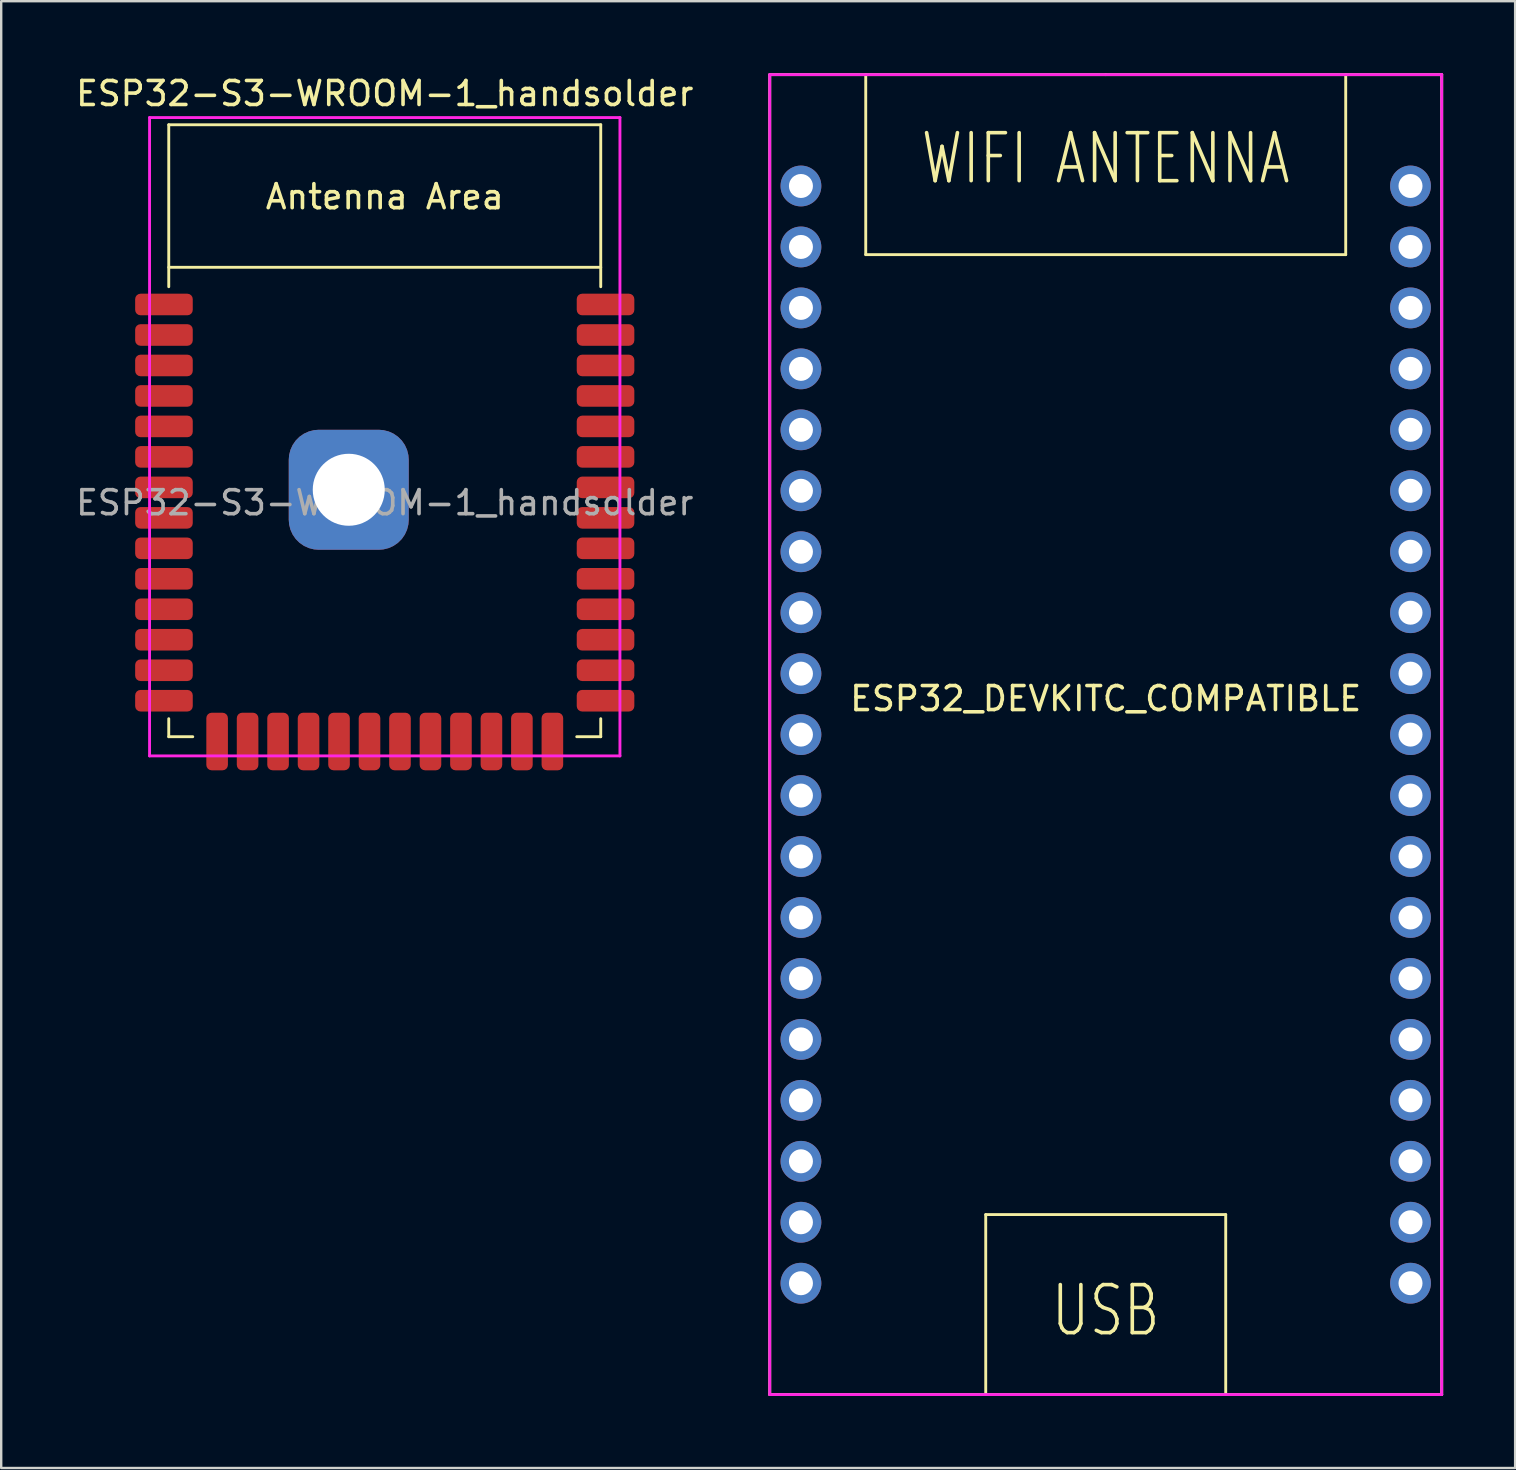
<source format=kicad_pcb>
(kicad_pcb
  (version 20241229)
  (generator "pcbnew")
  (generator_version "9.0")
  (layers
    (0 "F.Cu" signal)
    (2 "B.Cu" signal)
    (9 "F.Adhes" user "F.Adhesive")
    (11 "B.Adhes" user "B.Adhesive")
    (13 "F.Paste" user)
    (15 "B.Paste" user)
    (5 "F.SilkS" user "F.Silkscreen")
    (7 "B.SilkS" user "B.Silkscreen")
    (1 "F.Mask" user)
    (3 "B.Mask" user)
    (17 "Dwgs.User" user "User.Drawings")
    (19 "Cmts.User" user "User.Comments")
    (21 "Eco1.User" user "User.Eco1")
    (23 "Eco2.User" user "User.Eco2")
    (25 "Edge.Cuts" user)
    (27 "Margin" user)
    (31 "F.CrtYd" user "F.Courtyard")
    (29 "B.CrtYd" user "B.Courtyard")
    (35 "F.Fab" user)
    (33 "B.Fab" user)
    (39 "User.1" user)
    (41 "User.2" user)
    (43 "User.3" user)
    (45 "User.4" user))
  (footprint "ESP32-S3-WROOM-1_handsolder"
    (layer "F.Cu")
    (at 12.982 17.898)
    (property "Reference" "ESP32-S3-WROOM-1_handsolder" (at 0 -17.05 0) (layer "F.SilkS") (effects (font (size 1 1) (thickness 0.15))))
    (attr smd)
    (fp_line (start -9 -15.75) (end -9 -9) (stroke (width 0.12) (type solid)) (layer "F.SilkS"))
    (fp_line (start -9 -15.75) (end 9 -15.75) (stroke (width 0.12) (type solid)) (layer "F.SilkS"))
    (fp_line (start -9 9) (end -9 9.75) (stroke (width 0.12) (type solid)) (layer "F.SilkS"))
    (fp_line (start -9 9.75) (end -8 9.75) (stroke (width 0.12) (type solid)) (layer "F.SilkS"))
    (fp_line (start 9 -15.75) (end 9 -9) (stroke (width 0.12) (type solid)) (layer "F.SilkS"))
    (fp_line (start 9 -9.81) (end -9 -9.81) (stroke (width 0.12) (type solid)) (layer "F.SilkS"))
    (fp_line (start 9 9) (end 9 9.75) (stroke (width 0.12) (type solid)) (layer "F.SilkS"))
    (fp_line (start 9 9.75) (end 8 9.75) (stroke (width 0.12) (type solid)) (layer "F.SilkS"))
    (fp_line (start -9 -15.75) (end 9 -15.75) (stroke (width 0.12) (type solid)) (layer "Eco2.User"))
    (fp_line (start -9 -9.81) (end 9 -9.81) (stroke (width 0.12) (type solid)) (layer "Eco2.User"))
    (fp_line (start -9 9.75) (end -9 -15.75) (stroke (width 0.12) (type solid)) (layer "Eco2.User"))
    (fp_line (start 9 -15.75) (end 9 9.75) (stroke (width 0.12) (type solid)) (layer "Eco2.User"))
    (fp_line (start 9 9.75) (end -9 9.75) (stroke (width 0.12) (type solid)) (layer "Eco2.User"))
    (fp_line (start -9.8 -16.05) (end -9.8 10.55) (stroke (width 0.12) (type solid)) (layer "F.CrtYd"))
    (fp_line (start -9.8 10.55) (end 9.8 10.55) (stroke (width 0.12) (type solid)) (layer "F.CrtYd"))
    (fp_line (start 9.8 -16.05) (end -9.8 -16.05) (stroke (width 0.12) (type solid)) (layer "F.CrtYd"))
    (fp_line (start 9.8 -16.05) (end 9.8 10.55) (stroke (width 0.12) (type solid)) (layer "F.CrtYd"))
    (fp_text user "Antenna Area" (at 0 -12.75 0) (layer "F.SilkS") (effects (font (size 1 1) (thickness 0.15))))
    (fp_text user "Antenna Area" (at 0 -12.75 0) (layer "Eco2.User") (effects (font (size 1 1) (thickness 0.15))))
    (fp_text user "${REFERENCE}" (at 0 0 0) (layer "F.Fab") (effects (font (size 1 1) (thickness 0.15))))
    (pad "1" smd roundrect (at -9.2 -8.26) (size 2.4 0.9) (layers "F.Cu" "F.Mask" "F.Paste") (roundrect_rratio 0.25))
    (pad "2" smd roundrect (at -9.2 -6.99) (size 2.4 0.9) (layers "F.Cu" "F.Mask" "F.Paste") (roundrect_rratio 0.25))
    (pad "3" smd roundrect (at -9.2 -5.72) (size 2.4 0.9) (layers "F.Cu" "F.Mask" "F.Paste") (roundrect_rratio 0.25))
    (pad "4" smd roundrect (at -9.2 -4.45) (size 2.4 0.9) (layers "F.Cu" "F.Mask" "F.Paste") (roundrect_rratio 0.25))
    (pad "5" smd roundrect (at -9.2 -3.18) (size 2.4 0.9) (layers "F.Cu" "F.Mask" "F.Paste") (roundrect_rratio 0.25))
    (pad "6" smd roundrect (at -9.2 -1.91) (size 2.4 0.9) (layers "F.Cu" "F.Mask" "F.Paste") (roundrect_rratio 0.25))
    (pad "7" smd roundrect (at -9.2 -0.64) (size 2.4 0.9) (layers "F.Cu" "F.Mask" "F.Paste") (roundrect_rratio 0.25))
    (pad "8" smd roundrect (at -9.2 0.63) (size 2.4 0.9) (layers "F.Cu" "F.Mask" "F.Paste") (roundrect_rratio 0.25))
    (pad "9" smd roundrect (at -9.2 1.9) (size 2.4 0.9) (layers "F.Cu" "F.Mask" "F.Paste") (roundrect_rratio 0.25))
    (pad "10" smd roundrect (at -9.2 3.17) (size 2.4 0.9) (layers "F.Cu" "F.Mask" "F.Paste") (roundrect_rratio 0.25))
    (pad "11" smd roundrect (at -9.2 4.44) (size 2.4 0.9) (layers "F.Cu" "F.Mask" "F.Paste") (roundrect_rratio 0.25))
    (pad "12" smd roundrect (at -9.2 5.71) (size 2.4 0.9) (layers "F.Cu" "F.Mask" "F.Paste") (roundrect_rratio 0.25))
    (pad "13" smd roundrect (at -9.2 6.98) (size 2.4 0.9) (layers "F.Cu" "F.Mask" "F.Paste") (roundrect_rratio 0.25))
    (pad "14" smd roundrect (at -9.2 8.25) (size 2.4 0.9) (layers "F.Cu" "F.Mask" "F.Paste") (roundrect_rratio 0.25))
    (pad "15" smd roundrect (at -6.985 9.95 90) (size 2.4 0.9) (layers "F.Cu" "F.Mask" "F.Paste") (roundrect_rratio 0.25))
    (pad "16" smd roundrect (at -5.715 9.95 90) (size 2.4 0.9) (layers "F.Cu" "F.Mask" "F.Paste") (roundrect_rratio 0.25))
    (pad "17" smd roundrect (at -4.445 9.95 90) (size 2.4 0.9) (layers "F.Cu" "F.Mask" "F.Paste") (roundrect_rratio 0.25))
    (pad "18" smd roundrect (at -3.175 9.95 90) (size 2.4 0.9) (layers "F.Cu" "F.Mask" "F.Paste") (roundrect_rratio 0.25))
    (pad "19" smd roundrect (at -1.905 9.95 90) (size 2.4 0.9) (layers "F.Cu" "F.Mask" "F.Paste") (roundrect_rratio 0.25))
    (pad "20" smd roundrect (at -0.635 9.95 90) (size 2.4 0.9) (layers "F.Cu" "F.Mask" "F.Paste") (roundrect_rratio 0.25))
    (pad "21" smd roundrect (at 0.635 9.95 90) (size 2.4 0.9) (layers "F.Cu" "F.Mask" "F.Paste") (roundrect_rratio 0.25))
    (pad "22" smd roundrect (at 1.905 9.95 90) (size 2.4 0.9) (layers "F.Cu" "F.Mask" "F.Paste") (roundrect_rratio 0.25))
    (pad "23" smd roundrect (at 3.175 9.95 90) (size 2.4 0.9) (layers "F.Cu" "F.Mask" "F.Paste") (roundrect_rratio 0.25))
    (pad "24" smd roundrect (at 4.445 9.95 90) (size 2.4 0.9) (layers "F.Cu" "F.Mask" "F.Paste") (roundrect_rratio 0.25))
    (pad "25" smd roundrect (at 5.715 9.95 90) (size 2.4 0.9) (layers "F.Cu" "F.Mask" "F.Paste") (roundrect_rratio 0.25))
    (pad "26" smd roundrect (at 6.985 9.95 90) (size 2.4 0.9) (layers "F.Cu" "F.Mask" "F.Paste") (roundrect_rratio 0.25))
    (pad "27" smd roundrect (at 9.2 8.25) (size 2.4 0.9) (layers "F.Cu" "F.Mask" "F.Paste") (roundrect_rratio 0.25))
    (pad "28" smd roundrect (at 9.2 6.98) (size 2.4 0.9) (layers "F.Cu" "F.Mask" "F.Paste") (roundrect_rratio 0.25))
    (pad "29" smd roundrect (at 9.2 5.71) (size 2.4 0.9) (layers "F.Cu" "F.Mask" "F.Paste") (roundrect_rratio 0.25))
    (pad "30" smd roundrect (at 9.2 4.44) (size 2.4 0.9) (layers "F.Cu" "F.Mask" "F.Paste") (roundrect_rratio 0.25))
    (pad "31" smd roundrect (at 9.2 3.17) (size 2.4 0.9) (layers "F.Cu" "F.Mask" "F.Paste") (roundrect_rratio 0.25))
    (pad "32" smd roundrect (at 9.2 1.9) (size 2.4 0.9) (layers "F.Cu" "F.Mask" "F.Paste") (roundrect_rratio 0.25))
    (pad "33" smd roundrect (at 9.2 0.63) (size 2.4 0.9) (layers "F.Cu" "F.Mask" "F.Paste") (roundrect_rratio 0.25))
    (pad "34" smd roundrect (at 9.2 -0.64) (size 2.4 0.9) (layers "F.Cu" "F.Mask" "F.Paste") (roundrect_rratio 0.25))
    (pad "35" smd roundrect (at 9.2 -1.91) (size 2.4 0.9) (layers "F.Cu" "F.Mask" "F.Paste") (roundrect_rratio 0.25))
    (pad "36" smd roundrect (at 9.2 -3.18) (size 2.4 0.9) (layers "F.Cu" "F.Mask" "F.Paste") (roundrect_rratio 0.25))
    (pad "37" smd roundrect (at 9.2 -4.45) (size 2.4 0.9) (layers "F.Cu" "F.Mask" "F.Paste") (roundrect_rratio 0.25))
    (pad "38" smd roundrect (at 9.2 -5.72) (size 2.4 0.9) (layers "F.Cu" "F.Mask" "F.Paste") (roundrect_rratio 0.25))
    (pad "39" smd roundrect (at 9.2 -6.99) (size 2.4 0.9) (layers "F.Cu" "F.Mask" "F.Paste") (roundrect_rratio 0.25))
    (pad "40" smd roundrect (at 9.2 -8.26) (size 2.4 0.9) (layers "F.Cu" "F.Mask" "F.Paste") (roundrect_rratio 0.25))
    (pad "41" thru_hole roundrect (at -1.5 -0.54 180) (size 5 5) (drill 3) (layers "*.Cu" "*.Mask") (roundrect_rratio 0.25))
    (zone (net_name "") (layers "F.Cu" "B.Cu") (name "antenna keepout") (hatch edge 0.508) (connect_pads) (min_thickness 0.254) (filled_areas_thickness no) (keepout (tracks not_allowed) (vias not_allowed) (pads not_allowed) (copperpour not_allowed) (footprints not_allowed)) (placement (enabled no)) (fill) (polygon (pts (xy 21.982 8.098) (xy 3.982 8.098) (xy 3.982 2.148) (xy 21.982 2.148)))))
  (footprint "ESP32_DEVKITC_COMPATIBLE"
    (layer "F.Cu")
    (at 43.024 27.56)
    (property "Reference" "ESP32_DEVKITC_COMPATIBLE" (at 0 -1.5 0) (layer "F.SilkS") (effects (font (size 1 1) (thickness 0.15))))
    (attr through_hole)
    (fp_line (start -14 -27.5) (end 0 -27.5) (stroke (width 0.12) (type solid)) (layer "F.SilkS"))
    (fp_line (start -14 27.5) (end -14 -27.5) (stroke (width 0.12) (type solid)) (layer "F.SilkS"))
    (fp_line (start -10 -27.5) (end -10 -20) (stroke (width 0.12) (type solid)) (layer "F.SilkS"))
    (fp_line (start -10 -20) (end 10 -20) (stroke (width 0.12) (type solid)) (layer "F.SilkS"))
    (fp_line (start -5 20) (end 5 20) (stroke (width 0.12) (type solid)) (layer "F.SilkS"))
    (fp_line (start -5 27.5) (end -5 20) (stroke (width 0.12) (type solid)) (layer "F.SilkS"))
    (fp_line (start 0 -27.5) (end 14 -27.5) (stroke (width 0.12) (type solid)) (layer "F.SilkS"))
    (fp_line (start 5 20) (end 5 27.5) (stroke (width 0.12) (type solid)) (layer "F.SilkS"))
    (fp_line (start 10 -20) (end 10 -27.5) (stroke (width 0.12) (type solid)) (layer "F.SilkS"))
    (fp_line (start 14 -27.5) (end 14 27.5) (stroke (width 0.12) (type solid)) (layer "F.SilkS"))
    (fp_line (start 14 27.5) (end -14 27.5) (stroke (width 0.12) (type solid)) (layer "F.SilkS"))
    (fp_line (start -14 -27.5) (end -14 27.5) (stroke (width 0.12) (type solid)) (layer "F.CrtYd"))
    (fp_line (start -14 27.5) (end 14 27.5) (stroke (width 0.12) (type solid)) (layer "F.CrtYd"))
    (fp_line (start 14 -27.5) (end -14 -27.5) (stroke (width 0.12) (type solid)) (layer "F.CrtYd"))
    (fp_line (start 14 27.5) (end 14 -27.5) (stroke (width 0.12) (type solid)) (layer "F.CrtYd"))
    (fp_text user "USB" (at 0 24 0) (layer "F.SilkS") (effects (font (size 2 1.5) (thickness 0.15))))
    (fp_text user "WIFI ANTENNA" (at 0 -24 0) (layer "F.SilkS") (effects (font (size 2 1.5) (thickness 0.15))))
    (pad "1" thru_hole circle (at -12.7 -22.86) (size 1.7 1.7) (drill 1) (layers "*.Cu" "*.Mask"))
    (pad "2" thru_hole circle (at -12.7 -20.32) (size 1.7 1.7) (drill 1) (layers "*.Cu" "*.Mask"))
    (pad "3" thru_hole circle (at -12.7 -17.78) (size 1.7 1.7) (drill 1) (layers "*.Cu" "*.Mask"))
    (pad "4" thru_hole circle (at -12.7 -15.24) (size 1.7 1.7) (drill 1) (layers "*.Cu" "*.Mask"))
    (pad "5" thru_hole circle (at -12.7 -12.7) (size 1.7 1.7) (drill 1) (layers "*.Cu" "*.Mask"))
    (pad "6" thru_hole circle (at -12.7 -10.16) (size 1.7 1.7) (drill 1) (layers "*.Cu" "*.Mask"))
    (pad "7" thru_hole circle (at -12.7 -7.62) (size 1.7 1.7) (drill 1) (layers "*.Cu" "*.Mask"))
    (pad "8" thru_hole circle (at -12.7 -5.08) (size 1.7 1.7) (drill 1) (layers "*.Cu" "*.Mask"))
    (pad "9" thru_hole circle (at -12.7 -2.54) (size 1.7 1.7) (drill 1) (layers "*.Cu" "*.Mask"))
    (pad "10" thru_hole circle (at -12.7 0) (size 1.7 1.7) (drill 1) (layers "*.Cu" "*.Mask"))
    (pad "11" thru_hole circle (at -12.7 2.54) (size 1.7 1.7) (drill 1) (layers "*.Cu" "*.Mask"))
    (pad "12" thru_hole circle (at -12.7 5.08) (size 1.7 1.7) (drill 1) (layers "*.Cu" "*.Mask"))
    (pad "13" thru_hole circle (at -12.7 7.62) (size 1.7 1.7) (drill 1) (layers "*.Cu" "*.Mask"))
    (pad "14" thru_hole circle (at -12.7 10.16) (size 1.7 1.7) (drill 1) (layers "*.Cu" "*.Mask"))
    (pad "15" thru_hole circle (at -12.7 12.7) (size 1.7 1.7) (drill 1) (layers "*.Cu" "*.Mask"))
    (pad "16" thru_hole circle (at -12.7 15.24) (size 1.7 1.7) (drill 1) (layers "*.Cu" "*.Mask"))
    (pad "17" thru_hole circle (at -12.7 17.78) (size 1.7 1.7) (drill 1) (layers "*.Cu" "*.Mask"))
    (pad "18" thru_hole circle (at -12.7 20.32) (size 1.7 1.7) (drill 1) (layers "*.Cu" "*.Mask"))
    (pad "19" thru_hole circle (at -12.7 22.86) (size 1.7 1.7) (drill 1) (layers "*.Cu" "*.Mask"))
    (pad "20" thru_hole circle (at 12.7 22.86) (size 1.7 1.7) (drill 1) (layers "*.Cu" "*.Mask"))
    (pad "21" thru_hole circle (at 12.7 20.32) (size 1.7 1.7) (drill 1) (layers "*.Cu" "*.Mask"))
    (pad "22" thru_hole circle (at 12.7 17.78) (size 1.7 1.7) (drill 1) (layers "*.Cu" "*.Mask"))
    (pad "23" thru_hole circle (at 12.7 15.24) (size 1.7 1.7) (drill 1) (layers "*.Cu" "*.Mask"))
    (pad "24" thru_hole circle (at 12.7 12.7) (size 1.7 1.7) (drill 1) (layers "*.Cu" "*.Mask"))
    (pad "25" thru_hole circle (at 12.7 10.16) (size 1.7 1.7) (drill 1) (layers "*.Cu" "*.Mask"))
    (pad "26" thru_hole circle (at 12.7 7.62) (size 1.7 1.7) (drill 1) (layers "*.Cu" "*.Mask"))
    (pad "27" thru_hole circle (at 12.7 5.08) (size 1.7 1.7) (drill 1) (layers "*.Cu" "*.Mask"))
    (pad "28" thru_hole circle (at 12.7 2.54) (size 1.7 1.7) (drill 1) (layers "*.Cu" "*.Mask"))
    (pad "29" thru_hole circle (at 12.7 0) (size 1.7 1.7) (drill 1) (layers "*.Cu" "*.Mask"))
    (pad "30" thru_hole circle (at 12.7 -2.54) (size 1.7 1.7) (drill 1) (layers "*.Cu" "*.Mask"))
    (pad "31" thru_hole circle (at 12.7 -5.08) (size 1.7 1.7) (drill 1) (layers "*.Cu" "*.Mask"))
    (pad "32" thru_hole circle (at 12.7 -7.62) (size 1.7 1.7) (drill 1) (layers "*.Cu" "*.Mask"))
    (pad "33" thru_hole circle (at 12.7 -10.16) (size 1.7 1.7) (drill 1) (layers "*.Cu" "*.Mask"))
    (pad "34" thru_hole circle (at 12.7 -12.7) (size 1.7 1.7) (drill 1) (layers "*.Cu" "*.Mask"))
    (pad "35" thru_hole circle (at 12.7 -15.24) (size 1.7 1.7) (drill 1) (layers "*.Cu" "*.Mask"))
    (pad "36" thru_hole circle (at 12.7 -17.78) (size 1.7 1.7) (drill 1) (layers "*.Cu" "*.Mask"))
    (pad "37" thru_hole circle (at 12.7 -20.32) (size 1.7 1.7) (drill 1) (layers "*.Cu" "*.Mask"))
    (pad "38" thru_hole circle (at 12.7 -22.86) (size 1.7 1.7) (drill 1) (layers "*.Cu" "*.Mask")))
  (gr_rect
    (start -3 -3)
    (end 60.084 58.12)
    (stroke (width 0.1) (type default))
    (fill no)
    (layer "Edge.Cuts")))
</source>
